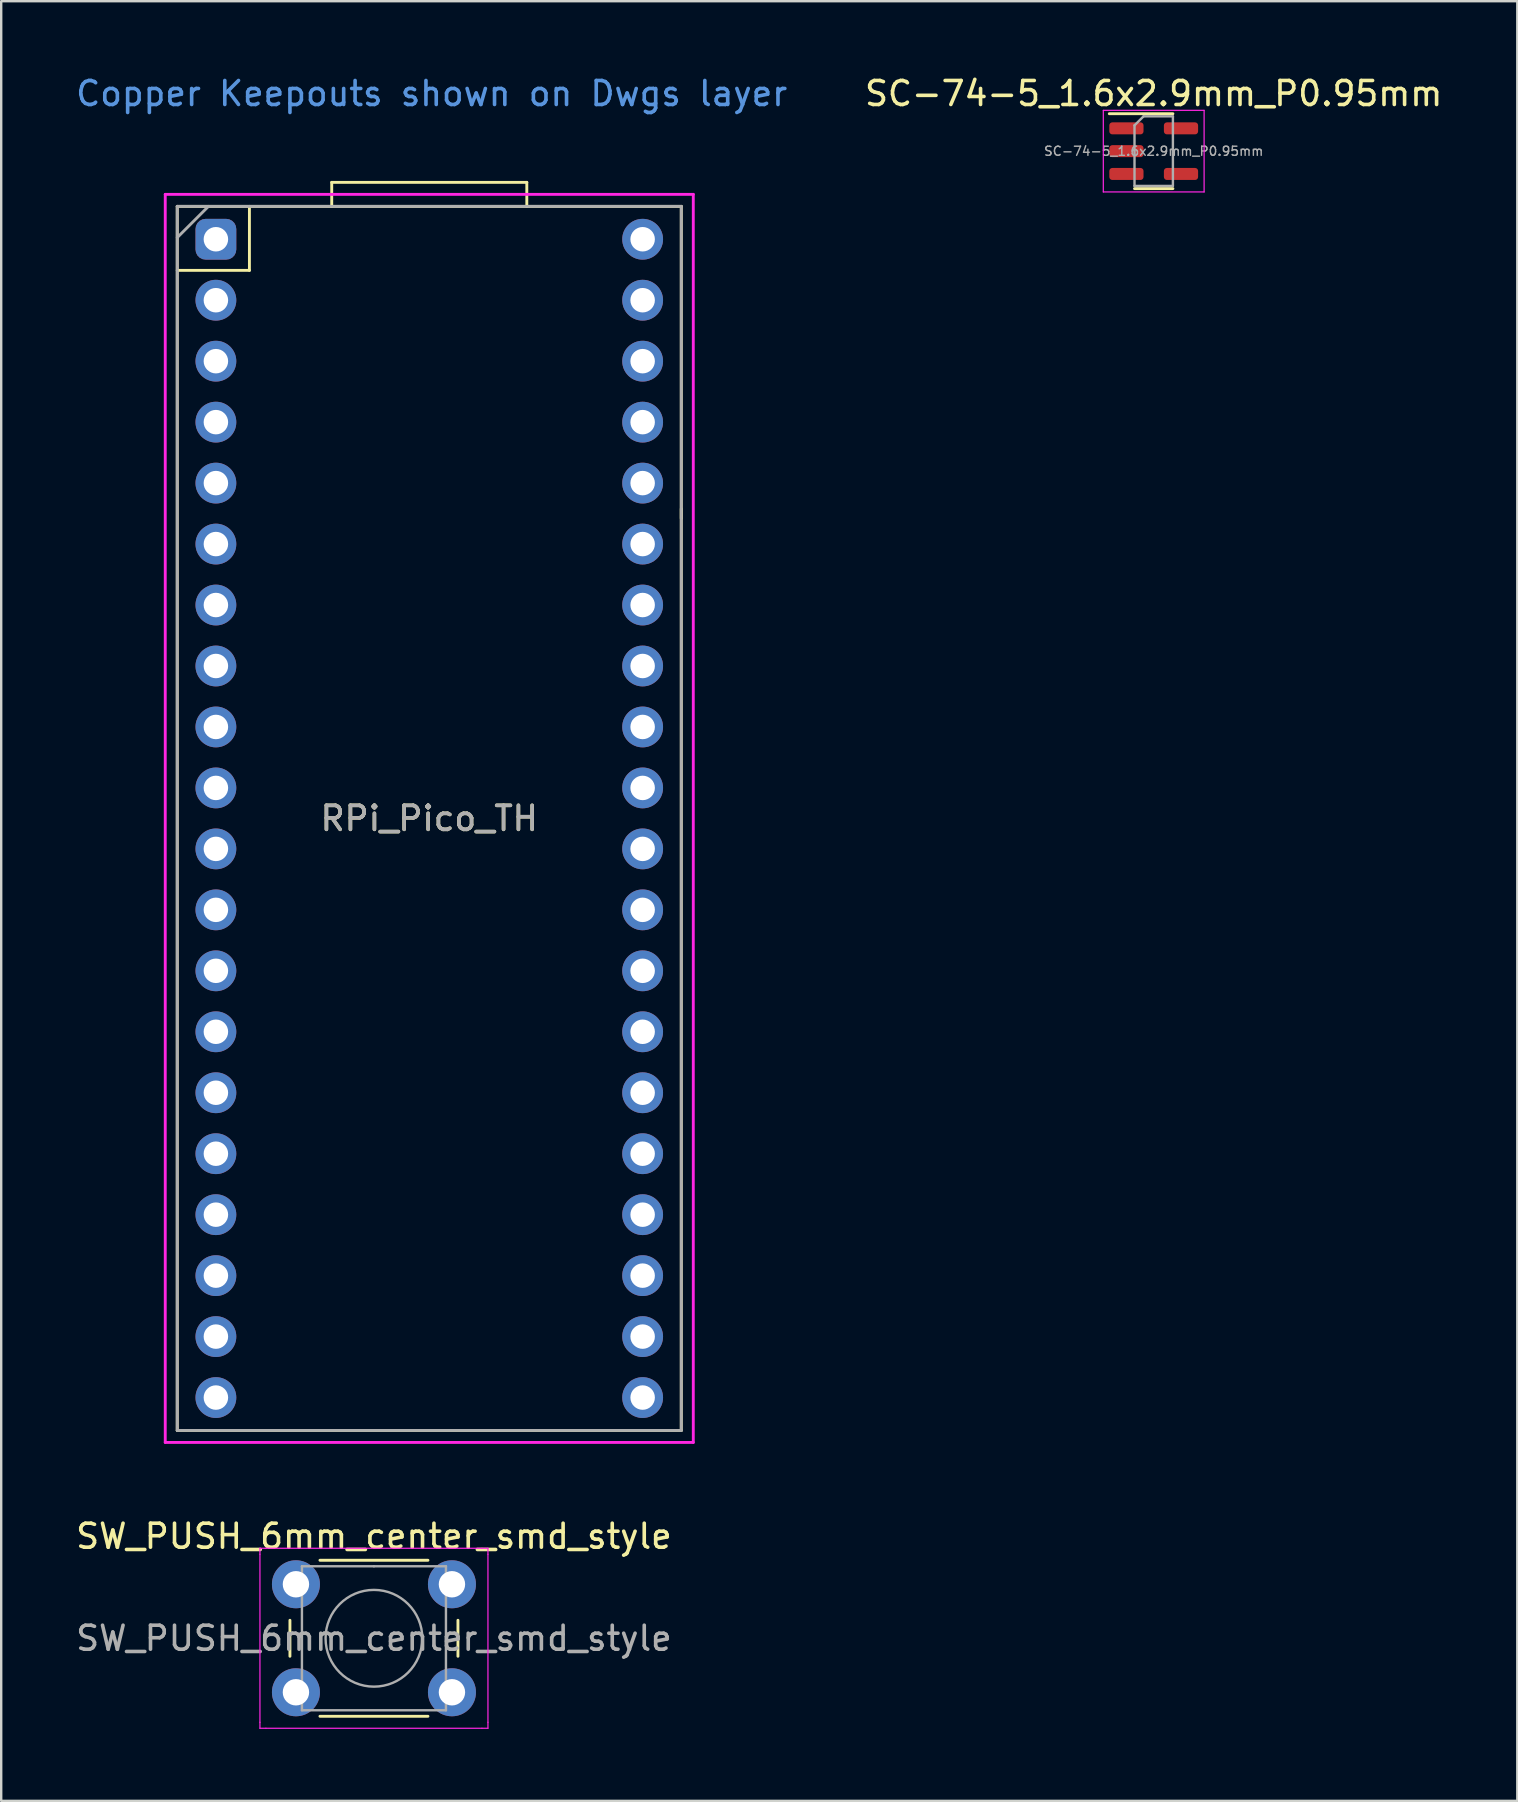
<source format=kicad_pcb>
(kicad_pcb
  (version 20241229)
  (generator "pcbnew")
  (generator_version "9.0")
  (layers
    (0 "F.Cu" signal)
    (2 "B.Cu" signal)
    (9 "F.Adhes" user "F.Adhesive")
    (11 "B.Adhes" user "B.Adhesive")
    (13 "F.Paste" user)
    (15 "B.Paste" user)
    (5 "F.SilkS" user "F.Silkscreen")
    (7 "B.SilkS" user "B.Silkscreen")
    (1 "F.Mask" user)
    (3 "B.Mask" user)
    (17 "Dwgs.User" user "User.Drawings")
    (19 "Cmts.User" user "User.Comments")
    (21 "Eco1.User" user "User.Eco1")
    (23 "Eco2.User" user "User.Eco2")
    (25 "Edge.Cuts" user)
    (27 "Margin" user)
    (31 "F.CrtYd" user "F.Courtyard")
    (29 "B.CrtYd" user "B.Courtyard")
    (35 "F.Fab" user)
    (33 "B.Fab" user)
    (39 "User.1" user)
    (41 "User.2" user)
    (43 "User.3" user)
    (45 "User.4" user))
  (footprint "SC-74-5_1.6x2.9mm_P0.95mm"
    (layer "F.Cu")
    (at 45.018 3.248)
    (property "Reference" "SC-74-5_1.6x2.9mm_P0.95mm" (at 0 -2.4 0) (layer "F.SilkS") (effects (font (size 1 1) (thickness 0.15))))
    (attr smd)
    (fp_line (start -0.8 1.56) (end 0.8 1.56) (stroke (width 0.12) (type solid)) (layer "F.SilkS"))
    (fp_line (start 0.8 -1.56) (end -1.85 -1.56) (stroke (width 0.12) (type solid)) (layer "F.SilkS"))
    (fp_line (start -2.1 -1.7) (end -2.1 1.7) (stroke (width 0.05) (type solid)) (layer "F.CrtYd"))
    (fp_line (start -2.1 1.7) (end 2.1 1.7) (stroke (width 0.05) (type solid)) (layer "F.CrtYd"))
    (fp_line (start 2.1 -1.7) (end -2.1 -1.7) (stroke (width 0.05) (type solid)) (layer "F.CrtYd"))
    (fp_line (start 2.1 1.7) (end 2.1 -1.7) (stroke (width 0.05) (type solid)) (layer "F.CrtYd"))
    (fp_line (start -0.8 -1.075) (end -0.425 -1.45) (stroke (width 0.1) (type solid)) (layer "F.Fab"))
    (fp_line (start -0.8 1.45) (end -0.8 -1.075) (stroke (width 0.1) (type solid)) (layer "F.Fab"))
    (fp_line (start -0.425 -1.45) (end 0.8 -1.45) (stroke (width 0.1) (type solid)) (layer "F.Fab"))
    (fp_line (start 0.8 -1.45) (end 0.8 1.45) (stroke (width 0.1) (type solid)) (layer "F.Fab"))
    (fp_line (start 0.8 1.45) (end -0.8 1.45) (stroke (width 0.1) (type solid)) (layer "F.Fab"))
    (fp_text user "${REFERENCE}" (at 0 0 0) (layer "F.Fab") (effects (font (size 0.38 0.38) (thickness 0.06))))
    (pad "1" smd roundrect (at -1.137 -0.95) (size 1.425 0.5) (layers "F.Cu" "F.Mask" "F.Paste") (roundrect_rratio 0.25))
    (pad "2" smd roundrect (at -1.137 0) (size 1.425 0.5) (layers "F.Cu" "F.Mask" "F.Paste") (roundrect_rratio 0.25))
    (pad "3" smd roundrect (at -1.137 0.95) (size 1.425 0.5) (layers "F.Cu" "F.Mask" "F.Paste") (roundrect_rratio 0.25))
    (pad "4" smd roundrect (at 1.137 0.95) (size 1.425 0.5) (layers "F.Cu" "F.Mask" "F.Paste") (roundrect_rratio 0.25))
    (pad "5" smd roundrect (at 1.137 -0.95) (size 1.425 0.5) (layers "F.Cu" "F.Mask" "F.Paste") (roundrect_rratio 0.25)))
  (footprint "RPi_Pico_TH"
    (layer "F.Cu")
    (at 14.835 31.048)
    (property "Reference" "RPi_Pico_TH" (at 0 0 0) (layer "F.SilkS") (effects (font (size 1 1) (thickness 0.15))))
    (attr through_hole)
    (fp_line (start -10.5 -25.5) (end -10.5 25.5) (stroke (width 0.12) (type solid)) (layer "F.SilkS"))
    (fp_line (start -10.5 -25.5) (end 10.5 -25.5) (stroke (width 0.12) (type solid)) (layer "F.SilkS"))
    (fp_line (start -10.5 -22.833) (end -7.493 -22.833) (stroke (width 0.12) (type solid)) (layer "F.SilkS"))
    (fp_line (start -7.493 -22.833) (end -7.493 -25.5) (stroke (width 0.12) (type solid)) (layer "F.SilkS"))
    (fp_line (start -4.064 -26.5) (end 4.064 -26.5) (stroke (width 0.12) (type solid)) (layer "F.SilkS"))
    (fp_line (start -4.064 -25.502) (end -4.064 -26.5) (stroke (width 0.12) (type solid)) (layer "F.SilkS"))
    (fp_line (start 4.064 -26.5) (end 4.064 -25.5) (stroke (width 0.12) (type solid)) (layer "F.SilkS"))
    (fp_line (start 10.5 -25.5) (end 10.5 25.5) (stroke (width 0.12) (type solid)) (layer "F.SilkS"))
    (fp_line (start 10.5 -12.9) (end 10.5 -12.5) (stroke (width 0.12) (type solid)) (layer "F.SilkS"))
    (fp_line (start 10.5 25.5) (end -10.5 25.5) (stroke (width 0.12) (type solid)) (layer "F.SilkS"))
    (fp_line (start -11 -26) (end 11 -26) (stroke (width 0.12) (type solid)) (layer "F.CrtYd"))
    (fp_line (start -11 26) (end -11 -26) (stroke (width 0.12) (type solid)) (layer "F.CrtYd"))
    (fp_line (start 11 -26) (end 11 26) (stroke (width 0.12) (type solid)) (layer "F.CrtYd"))
    (fp_line (start 11 26) (end -11 26) (stroke (width 0.12) (type solid)) (layer "F.CrtYd"))
    (fp_line (start -10.5 -25.5) (end 10.5 -25.5) (stroke (width 0.12) (type solid)) (layer "F.Fab"))
    (fp_line (start -10.5 -24.2) (end -9.2 -25.5) (stroke (width 0.12) (type solid)) (layer "F.Fab"))
    (fp_line (start -10.5 25.5) (end -10.5 -25.5) (stroke (width 0.12) (type solid)) (layer "F.Fab"))
    (fp_line (start 10.5 -25.5) (end 10.5 25.5) (stroke (width 0.12) (type solid)) (layer "F.Fab"))
    (fp_line (start 10.5 25.5) (end -10.5 25.5) (stroke (width 0.12) (type solid)) (layer "F.Fab"))
    (fp_text user "Copper Keepouts shown on Dwgs layer" (at 0.1 -30.2 0) (layer "Cmts.User") (effects (font (size 1 1) (thickness 0.15))))
    (fp_text user "${REFERENCE}" (at 0 0 180) (layer "F.Fab") (effects (font (size 1 1) (thickness 0.15))))
    (pad "1" thru_hole roundrect (at -8.89 -24.13) (size 1.7 1.7) (drill 1.02) (layers "*.Cu" "*.Mask") (roundrect_rratio 0.25))
    (pad "2" thru_hole oval (at -8.89 -21.59) (size 1.7 1.7) (drill 1.02) (layers "*.Cu" "*.Mask"))
    (pad "3" thru_hole circle (at -8.89 -19.05) (size 1.7 1.7) (drill 1.02) (layers "*.Cu" "*.Mask"))
    (pad "4" thru_hole oval (at -8.89 -16.51) (size 1.7 1.7) (drill 1.02) (layers "*.Cu" "*.Mask"))
    (pad "5" thru_hole oval (at -8.89 -13.97) (size 1.7 1.7) (drill 1.02) (layers "*.Cu" "*.Mask"))
    (pad "6" thru_hole oval (at -8.89 -11.43) (size 1.7 1.7) (drill 1.02) (layers "*.Cu" "*.Mask"))
    (pad "7" thru_hole oval (at -8.89 -8.89) (size 1.7 1.7) (drill 1.02) (layers "*.Cu" "*.Mask"))
    (pad "8" thru_hole circle (at -8.89 -6.35) (size 1.7 1.7) (drill 1.02) (layers "*.Cu" "*.Mask"))
    (pad "9" thru_hole oval (at -8.89 -3.81) (size 1.7 1.7) (drill 1.02) (layers "*.Cu" "*.Mask"))
    (pad "10" thru_hole oval (at -8.89 -1.27) (size 1.7 1.7) (drill 1.02) (layers "*.Cu" "*.Mask"))
    (pad "11" thru_hole oval (at -8.89 1.27) (size 1.7 1.7) (drill 1.02) (layers "*.Cu" "*.Mask"))
    (pad "12" thru_hole oval (at -8.89 3.81) (size 1.7 1.7) (drill 1.02) (layers "*.Cu" "*.Mask"))
    (pad "13" thru_hole circle (at -8.89 6.35) (size 1.7 1.7) (drill 1.02) (layers "*.Cu" "*.Mask"))
    (pad "14" thru_hole oval (at -8.89 8.89) (size 1.7 1.7) (drill 1.02) (layers "*.Cu" "*.Mask"))
    (pad "15" thru_hole oval (at -8.89 11.43) (size 1.7 1.7) (drill 1.02) (layers "*.Cu" "*.Mask"))
    (pad "16" thru_hole oval (at -8.89 13.97) (size 1.7 1.7) (drill 1.02) (layers "*.Cu" "*.Mask"))
    (pad "17" thru_hole oval (at -8.89 16.51) (size 1.7 1.7) (drill 1.02) (layers "*.Cu" "*.Mask"))
    (pad "18" thru_hole circle (at -8.89 19.05) (size 1.7 1.7) (drill 1.02) (layers "*.Cu" "*.Mask"))
    (pad "19" thru_hole oval (at -8.89 21.59) (size 1.7 1.7) (drill 1.02) (layers "*.Cu" "*.Mask"))
    (pad "20" thru_hole oval (at -8.89 24.13) (size 1.7 1.7) (drill 1.02) (layers "*.Cu" "*.Mask"))
    (pad "21" thru_hole oval (at 8.89 24.13) (size 1.7 1.7) (drill 1.02) (layers "*.Cu" "*.Mask"))
    (pad "22" thru_hole oval (at 8.89 21.59) (size 1.7 1.7) (drill 1.02) (layers "*.Cu" "*.Mask"))
    (pad "23" thru_hole circle (at 8.89 19.05) (size 1.7 1.7) (drill 1.02) (layers "*.Cu" "*.Mask"))
    (pad "24" thru_hole oval (at 8.89 16.51) (size 1.7 1.7) (drill 1.02) (layers "*.Cu" "*.Mask"))
    (pad "25" thru_hole oval (at 8.89 13.97) (size 1.7 1.7) (drill 1.02) (layers "*.Cu" "*.Mask"))
    (pad "26" thru_hole oval (at 8.89 11.43) (size 1.7 1.7) (drill 1.02) (layers "*.Cu" "*.Mask"))
    (pad "27" thru_hole oval (at 8.89 8.89) (size 1.7 1.7) (drill 1.02) (layers "*.Cu" "*.Mask"))
    (pad "28" thru_hole circle (at 8.89 6.35) (size 1.7 1.7) (drill 1.02) (layers "*.Cu" "*.Mask"))
    (pad "29" thru_hole oval (at 8.89 3.81) (size 1.7 1.7) (drill 1.02) (layers "*.Cu" "*.Mask"))
    (pad "30" thru_hole oval (at 8.89 1.27) (size 1.7 1.7) (drill 1.02) (layers "*.Cu" "*.Mask"))
    (pad "31" thru_hole oval (at 8.89 -1.27) (size 1.7 1.7) (drill 1.02) (layers "*.Cu" "*.Mask"))
    (pad "32" thru_hole oval (at 8.89 -3.81) (size 1.7 1.7) (drill 1.02) (layers "*.Cu" "*.Mask"))
    (pad "33" thru_hole circle (at 8.89 -6.35) (size 1.7 1.7) (drill 1.02) (layers "*.Cu" "*.Mask"))
    (pad "34" thru_hole oval (at 8.89 -8.89) (size 1.7 1.7) (drill 1.02) (layers "*.Cu" "*.Mask"))
    (pad "35" thru_hole oval (at 8.89 -11.43) (size 1.7 1.7) (drill 1.02) (layers "*.Cu" "*.Mask"))
    (pad "36" thru_hole oval (at 8.89 -13.97) (size 1.7 1.7) (drill 1.02) (layers "*.Cu" "*.Mask"))
    (pad "37" thru_hole oval (at 8.89 -16.51) (size 1.7 1.7) (drill 1.02) (layers "*.Cu" "*.Mask"))
    (pad "38" thru_hole circle (at 8.89 -19.05) (size 1.7 1.7) (drill 1.02) (layers "*.Cu" "*.Mask"))
    (pad "39" thru_hole oval (at 8.89 -21.59) (size 1.7 1.7) (drill 1.02) (layers "*.Cu" "*.Mask"))
    (pad "40" thru_hole oval (at 8.89 -24.13) (size 1.7 1.7) (drill 1.02) (layers "*.Cu" "*.Mask")))
  (footprint "SW_PUSH_6mm_center_smd_style"
    (layer "F.Cu")
    (at 12.53 65.207)
    (property "Reference" "SW_PUSH_6mm_center_smd_style" (at 0 -4.25 0) (layer "F.SilkS") (effects (font (size 1 1) (thickness 0.15))))
    (attr through_hole)
    (fp_line (start -3.5 -0.75) (end -3.5 0.75) (stroke (width 0.12) (type solid)) (layer "F.SilkS"))
    (fp_line (start -2.25 3.25) (end 2.25 3.25) (stroke (width 0.12) (type solid)) (layer "F.SilkS"))
    (fp_line (start 2.25 -3.25) (end -2.25 -3.25) (stroke (width 0.12) (type solid)) (layer "F.SilkS"))
    (fp_line (start 3.5 0.75) (end 3.5 -0.75) (stroke (width 0.12) (type solid)) (layer "F.SilkS"))
    (fp_line (start -4.75 -3.75) (end -4.5 -3.75) (stroke (width 0.05) (type solid)) (layer "F.CrtYd"))
    (fp_line (start -4.75 -3.5) (end -4.75 -3.75) (stroke (width 0.05) (type solid)) (layer "F.CrtYd"))
    (fp_line (start -4.75 3.5) (end -4.75 -3.5) (stroke (width 0.05) (type solid)) (layer "F.CrtYd"))
    (fp_line (start -4.75 3.5) (end -4.75 3.75) (stroke (width 0.05) (type solid)) (layer "F.CrtYd"))
    (fp_line (start -4.75 3.75) (end -4.5 3.75) (stroke (width 0.05) (type solid)) (layer "F.CrtYd"))
    (fp_line (start -4.5 -3.75) (end 4.5 -3.75) (stroke (width 0.05) (type solid)) (layer "F.CrtYd"))
    (fp_line (start 4.5 -3.75) (end 4.75 -3.75) (stroke (width 0.05) (type solid)) (layer "F.CrtYd"))
    (fp_line (start 4.5 3.75) (end -4.5 3.75) (stroke (width 0.05) (type solid)) (layer "F.CrtYd"))
    (fp_line (start 4.5 3.75) (end 4.75 3.75) (stroke (width 0.05) (type solid)) (layer "F.CrtYd"))
    (fp_line (start 4.75 -3.75) (end 4.75 -3.5) (stroke (width 0.05) (type solid)) (layer "F.CrtYd"))
    (fp_line (start 4.75 -3.5) (end 4.75 3.5) (stroke (width 0.05) (type solid)) (layer "F.CrtYd"))
    (fp_line (start 4.75 3.75) (end 4.75 3.5) (stroke (width 0.05) (type solid)) (layer "F.CrtYd"))
    (fp_line (start -3 -3) (end 0 -3) (stroke (width 0.1) (type solid)) (layer "F.Fab"))
    (fp_line (start -3 3) (end -3 -3) (stroke (width 0.1) (type solid)) (layer "F.Fab"))
    (fp_line (start 0 -3) (end 3 -3) (stroke (width 0.1) (type solid)) (layer "F.Fab"))
    (fp_line (start 3 -3) (end 3 3) (stroke (width 0.1) (type solid)) (layer "F.Fab"))
    (fp_line (start 3 3) (end -3 3) (stroke (width 0.1) (type solid)) (layer "F.Fab"))
    (fp_circle (center 0 0) (end -2 0.25) (stroke (width 0.1) (type solid)) (fill no) (layer "F.Fab"))
    (fp_text user "${REFERENCE}" (at 0 0 0) (layer "F.Fab") (effects (font (size 1 1) (thickness 0.15))))
    (pad "1" thru_hole circle (at -3.25 -2.25 90) (size 2 2) (drill 1.1) (layers "*.Cu" "*.Mask"))
    (pad "1" thru_hole circle (at 3.25 -2.25 90) (size 2 2) (drill 1.1) (layers "*.Cu" "*.Mask"))
    (pad "2" thru_hole circle (at -3.25 2.25 90) (size 2 2) (drill 1.1) (layers "*.Cu" "*.Mask"))
    (pad "2" thru_hole circle (at 3.25 2.25 90) (size 2 2) (drill 1.1) (layers "*.Cu" "*.Mask")))
  (gr_rect
    (start -3 -3)
    (end 60.167 71.981)
    (stroke (width 0.1) (type default))
    (fill no)
    (layer "Edge.Cuts")))
</source>
